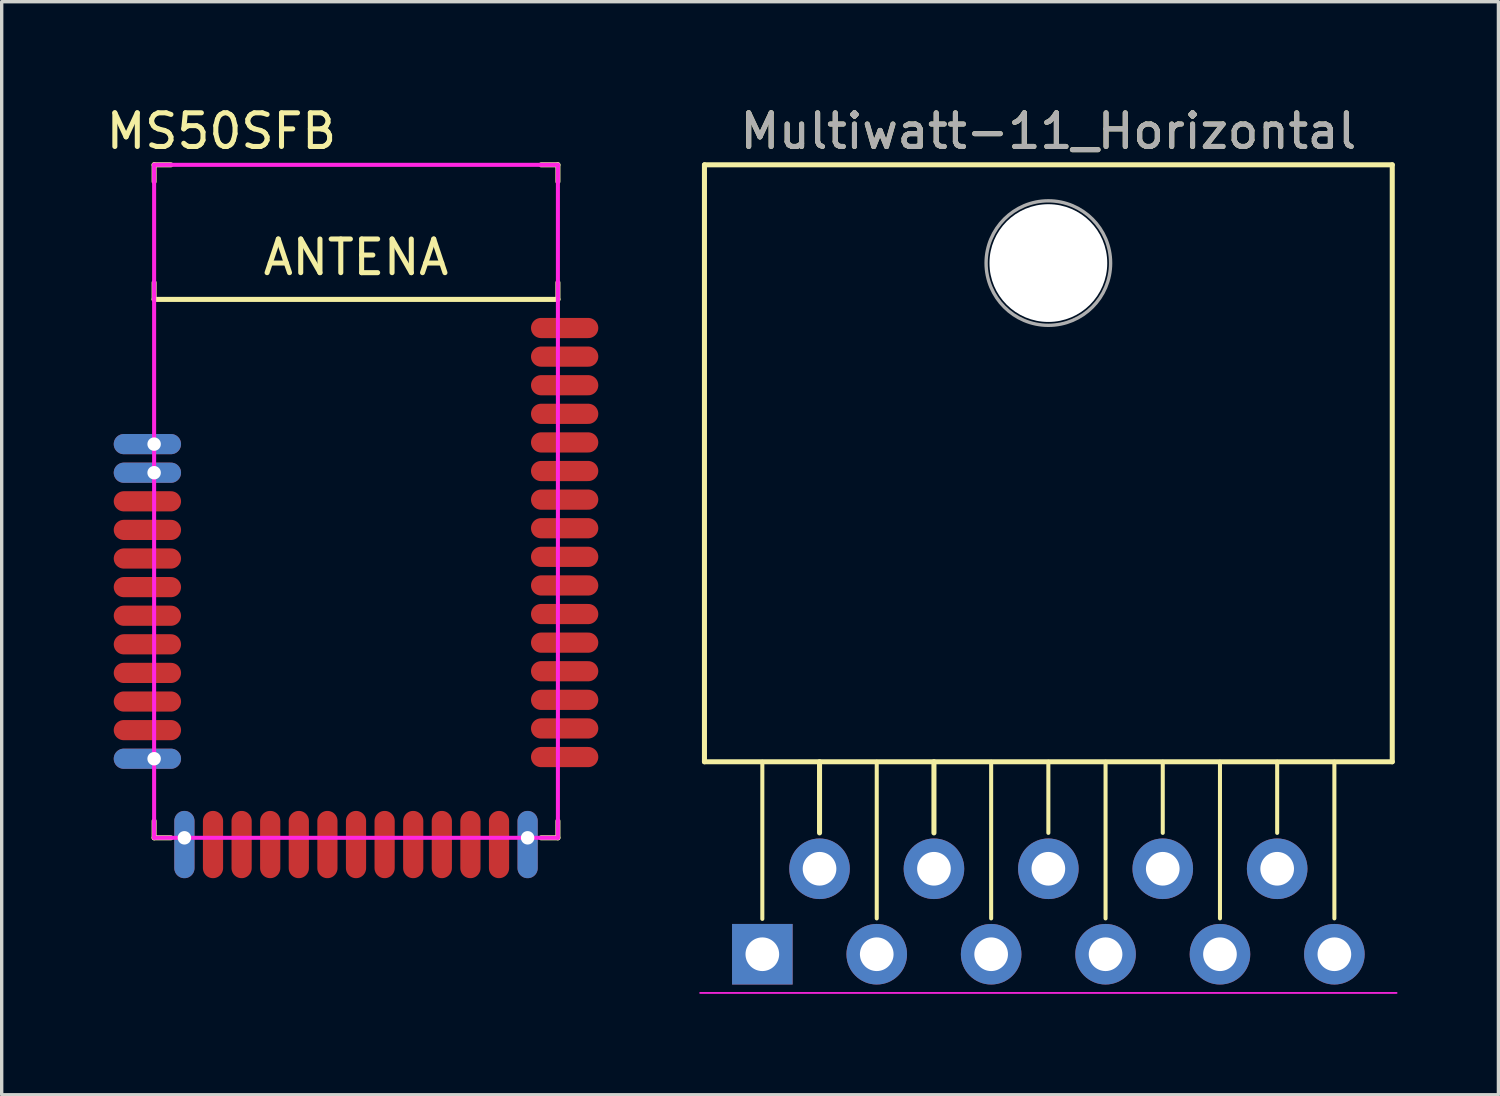
<source format=kicad_pcb>
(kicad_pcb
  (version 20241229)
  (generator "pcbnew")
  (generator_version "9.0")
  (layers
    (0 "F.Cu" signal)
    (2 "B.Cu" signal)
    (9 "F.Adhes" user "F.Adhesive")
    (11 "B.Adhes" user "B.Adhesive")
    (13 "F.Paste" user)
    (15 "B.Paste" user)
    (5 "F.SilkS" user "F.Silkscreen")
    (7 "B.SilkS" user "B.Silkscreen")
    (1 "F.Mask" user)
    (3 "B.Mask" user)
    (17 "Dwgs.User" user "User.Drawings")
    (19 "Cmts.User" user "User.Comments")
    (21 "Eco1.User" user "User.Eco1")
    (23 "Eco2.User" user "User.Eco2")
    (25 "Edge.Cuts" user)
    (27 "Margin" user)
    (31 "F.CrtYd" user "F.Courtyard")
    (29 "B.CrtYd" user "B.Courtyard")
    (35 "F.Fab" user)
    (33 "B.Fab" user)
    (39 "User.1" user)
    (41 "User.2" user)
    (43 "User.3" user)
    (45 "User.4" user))
  (footprint "MS50SFB"
    (layer "F.Cu")
    (at 7.53 11.848)
    (property "Reference" "MS50SFB" (at -4 -11 0) (layer "F.SilkS") (effects (font (size 1 1) (thickness 0.15))))
    (attr through_hole)
    (fp_line (start -6 -10) (end -5.5 -10) (stroke (width 0.15) (type solid)) (layer "F.SilkS"))
    (fp_line (start -6 -9.5) (end -6 -10) (stroke (width 0.15) (type solid)) (layer "F.SilkS"))
    (fp_line (start -6 -6.5) (end -6 -6) (stroke (width 0.15) (type solid)) (layer "F.SilkS"))
    (fp_line (start -6 -6) (end 6 -6) (stroke (width 0.15) (type solid)) (layer "F.SilkS"))
    (fp_line (start -6 9.5) (end -6 10) (stroke (width 0.15) (type solid)) (layer "F.SilkS"))
    (fp_line (start -6 10) (end -5.5 10) (stroke (width 0.15) (type solid)) (layer "F.SilkS"))
    (fp_line (start 5.5 -10) (end 6 -10) (stroke (width 0.15) (type solid)) (layer "F.SilkS"))
    (fp_line (start 5.5 10) (end 6 10) (stroke (width 0.15) (type solid)) (layer "F.SilkS"))
    (fp_line (start 6 -10) (end 6 -9.5) (stroke (width 0.15) (type solid)) (layer "F.SilkS"))
    (fp_line (start 6 -6) (end 6 -6.5) (stroke (width 0.15) (type solid)) (layer "F.SilkS"))
    (fp_line (start 6 10) (end 6 9.5) (stroke (width 0.15) (type solid)) (layer "F.SilkS"))
    (fp_line (start -6 -10) (end 6 -10) (stroke (width 0.12) (type solid)) (layer "F.CrtYd"))
    (fp_line (start -6 10) (end -6 -10) (stroke (width 0.12) (type solid)) (layer "F.CrtYd"))
    (fp_line (start 6 -10) (end 6 10) (stroke (width 0.12) (type solid)) (layer "F.CrtYd"))
    (fp_line (start 6 10) (end -6 10) (stroke (width 0.12) (type solid)) (layer "F.CrtYd"))
    (fp_text user "ANTENA" (at 0 -7.25 0) (layer "F.SilkS") (effects (font (size 1 1) (thickness 0.15))))
    (pad "1" thru_hole oval (at -6 -1.7) (size 2 0.6) (drill 0.4 (offset -0.2 0)) (layers "*.Cu" "*.Mask"))
    (pad "2" thru_hole oval (at -6 -0.85) (size 2 0.6) (drill 0.4 (offset -0.2 0)) (layers "*.Cu" "*.Mask"))
    (pad "3" smd oval (at -6 0) (size 2 0.6) (drill (offset -0.2 0)) (layers "F.Cu" "F.Mask" "F.Paste"))
    (pad "4" smd oval (at -6 0.85) (size 2 0.6) (drill (offset -0.2 0)) (layers "F.Cu" "F.Mask" "F.Paste"))
    (pad "5" smd oval (at -6 1.7) (size 2 0.6) (drill (offset -0.2 0)) (layers "F.Cu" "F.Mask" "F.Paste"))
    (pad "6" smd oval (at -6 2.55) (size 2 0.6) (drill (offset -0.2 0)) (layers "F.Cu" "F.Mask" "F.Paste"))
    (pad "7" smd oval (at -6 3.4) (size 2 0.6) (drill (offset -0.2 0)) (layers "F.Cu" "F.Mask" "F.Paste"))
    (pad "8" smd oval (at -6 4.25) (size 2 0.6) (drill (offset -0.2 0)) (layers "F.Cu" "F.Mask" "F.Paste"))
    (pad "9" smd oval (at -6 5.1) (size 2 0.6) (drill (offset -0.2 0)) (layers "F.Cu" "F.Mask" "F.Paste"))
    (pad "10" smd oval (at -6 5.95) (size 2 0.6) (drill (offset -0.2 0)) (layers "F.Cu" "F.Mask" "F.Paste"))
    (pad "11" smd oval (at -6 6.8) (size 2 0.6) (drill (offset -0.2 0)) (layers "F.Cu" "F.Mask" "F.Paste"))
    (pad "12" thru_hole oval (at -6 7.65) (size 2 0.6) (drill 0.4 (offset -0.2 0)) (layers "*.Cu" "*.Mask"))
    (pad "13" thru_hole oval (at -5.1 10 90) (size 2 0.6) (drill 0.4 (offset -0.2 0)) (layers "*.Cu" "*.Mask"))
    (pad "14" smd oval (at -4.25 10 90) (size 2 0.6) (drill (offset -0.2 0)) (layers "F.Cu" "F.Mask" "F.Paste"))
    (pad "15" smd oval (at -3.4 10 90) (size 2 0.6) (drill (offset -0.2 0)) (layers "F.Cu" "F.Mask" "F.Paste"))
    (pad "16" smd oval (at -2.55 10 90) (size 2 0.6) (drill (offset -0.2 0)) (layers "F.Cu" "F.Mask" "F.Paste"))
    (pad "17" smd oval (at -1.7 10 90) (size 2 0.6) (drill (offset -0.2 0)) (layers "F.Cu" "F.Mask" "F.Paste"))
    (pad "18" smd oval (at -0.85 10 90) (size 2 0.6) (drill (offset -0.2 0)) (layers "F.Cu" "F.Mask" "F.Paste"))
    (pad "19" smd oval (at 0 10 90) (size 2 0.6) (drill (offset -0.2 0)) (layers "F.Cu" "F.Mask" "F.Paste"))
    (pad "20" smd oval (at 0.85 10 90) (size 2 0.6) (drill (offset -0.2 0)) (layers "F.Cu" "F.Mask" "F.Paste"))
    (pad "21" smd oval (at 1.7 10 90) (size 2 0.6) (drill (offset -0.2 0)) (layers "F.Cu" "F.Mask" "F.Paste"))
    (pad "22" smd oval (at 2.55 10 90) (size 2 0.6) (drill (offset -0.2 0)) (layers "F.Cu" "F.Mask" "F.Paste"))
    (pad "23" smd oval (at 3.4 10 90) (size 2 0.6) (drill (offset -0.2 0)) (layers "F.Cu" "F.Mask" "F.Paste"))
    (pad "24" smd oval (at 4.25 10 90) (size 2 0.6) (drill (offset -0.2 0)) (layers "F.Cu" "F.Mask" "F.Paste"))
    (pad "25" thru_hole oval (at 5.1 10 90) (size 2 0.6) (drill 0.4 (offset -0.2 0)) (layers "*.Cu" "*.Mask"))
    (pad "26" smd oval (at 6 7.6) (size 2 0.6) (drill (offset 0.2 0)) (layers "F.Cu" "F.Mask" "F.Paste"))
    (pad "27" smd oval (at 6 6.75) (size 2 0.6) (drill (offset 0.2 0)) (layers "F.Cu" "F.Mask" "F.Paste"))
    (pad "28" smd oval (at 6 5.9) (size 2 0.6) (drill (offset 0.2 0)) (layers "F.Cu" "F.Mask" "F.Paste"))
    (pad "29" smd oval (at 6 5.05) (size 2 0.6) (drill (offset 0.2 0)) (layers "F.Cu" "F.Mask" "F.Paste"))
    (pad "30" smd oval (at 6 4.2) (size 2 0.6) (drill (offset 0.2 0)) (layers "F.Cu" "F.Mask" "F.Paste"))
    (pad "31" smd oval (at 6 3.35) (size 2 0.6) (drill (offset 0.2 0)) (layers "F.Cu" "F.Mask" "F.Paste"))
    (pad "32" smd oval (at 6 2.5) (size 2 0.6) (drill (offset 0.2 0)) (layers "F.Cu" "F.Mask" "F.Paste"))
    (pad "33" smd oval (at 6 1.65) (size 2 0.6) (drill (offset 0.2 0)) (layers "F.Cu" "F.Mask" "F.Paste"))
    (pad "34" smd oval (at 6 0.8) (size 2 0.6) (drill (offset 0.2 0)) (layers "F.Cu" "F.Mask" "F.Paste"))
    (pad "35" smd oval (at 6 -0.05) (size 2 0.6) (drill (offset 0.2 0)) (layers "F.Cu" "F.Mask" "F.Paste"))
    (pad "36" smd oval (at 6 -0.9) (size 2 0.6) (drill (offset 0.2 0)) (layers "F.Cu" "F.Mask" "F.Paste"))
    (pad "37" smd oval (at 6 -1.75) (size 2 0.6) (drill (offset 0.2 0)) (layers "F.Cu" "F.Mask" "F.Paste"))
    (pad "38" smd oval (at 6 -2.6) (size 2 0.6) (drill (offset 0.2 0)) (layers "F.Cu" "F.Mask" "F.Paste"))
    (pad "39" smd oval (at 6 -3.45) (size 2 0.6) (drill (offset 0.2 0)) (layers "F.Cu" "F.Mask" "F.Paste"))
    (pad "40" smd oval (at 6 -4.3) (size 2 0.6) (drill (offset 0.2 0)) (layers "F.Cu" "F.Mask" "F.Paste"))
    (pad "41" smd oval (at 6 -5.15) (size 2 0.6) (drill (offset 0.2 0)) (layers "F.Cu" "F.Mask" "F.Paste")))
  (footprint "Multiwatt-11_Horizontal"
    (layer "F.Cu")
    (at 19.605 25.308)
    (property "Reference" "Multiwatt-11_Horizontal" (at 8.5 -24.46 0) (layer "F.SilkS") (effects (font (size 1 1) (thickness 0.15))))
    (attr through_hole)
    (fp_line (start -1.72 -23.46) (end -1.72 -5.72) (stroke (width 0.15) (type solid)) (layer "F.SilkS"))
    (fp_line (start -1.72 -23.46) (end 18.72 -23.46) (stroke (width 0.15) (type solid)) (layer "F.SilkS"))
    (fp_line (start -1.72 -5.72) (end 18.72 -5.72) (stroke (width 0.15) (type solid)) (layer "F.SilkS"))
    (fp_line (start 0 -5.72) (end 0 -1.05) (stroke (width 0.12) (type solid)) (layer "F.SilkS"))
    (fp_line (start 1.7 -5.72) (end 1.7 -3.606) (stroke (width 0.15) (type solid)) (layer "F.SilkS"))
    (fp_line (start 3.4 -5.72) (end 3.4 -1.065) (stroke (width 0.12) (type solid)) (layer "F.SilkS"))
    (fp_line (start 5.1 -5.72) (end 5.1 -3.606) (stroke (width 0.15) (type solid)) (layer "F.SilkS"))
    (fp_line (start 6.8 -5.72) (end 6.8 -1.065) (stroke (width 0.12) (type solid)) (layer "F.SilkS"))
    (fp_line (start 8.5 -5.72) (end 8.5 -3.606) (stroke (width 0.12) (type solid)) (layer "F.SilkS"))
    (fp_line (start 10.2 -5.72) (end 10.2 -1.065) (stroke (width 0.12) (type solid)) (layer "F.SilkS"))
    (fp_line (start 11.9 -5.72) (end 11.9 -3.606) (stroke (width 0.12) (type solid)) (layer "F.SilkS"))
    (fp_line (start 13.6 -5.72) (end 13.6 -1.065) (stroke (width 0.12) (type solid)) (layer "F.SilkS"))
    (fp_line (start 15.3 -5.72) (end 15.3 -3.606) (stroke (width 0.12) (type solid)) (layer "F.SilkS"))
    (fp_line (start 17 -5.72) (end 17 -1.065) (stroke (width 0.12) (type solid)) (layer "F.SilkS"))
    (fp_line (start 18.72 -23.46) (end 18.72 -5.72) (stroke (width 0.15) (type solid)) (layer "F.SilkS"))
    (fp_line (start -1.85 1.15) (end 18.85 1.15) (stroke (width 0.05) (type solid)) (layer "F.CrtYd"))
    (fp_circle (center 8.5 -20.54) (end 10.35 -20.54) (stroke (width 0.1) (type solid)) (fill no) (layer "F.Fab"))
    (fp_text user "${REFERENCE}" (at 8.5 -24.46 0) (layer "F.Fab") (effects (font (size 1 1) (thickness 0.15))))
    (pad "" np_thru_hole oval (at 8.5 -20.54) (size 3.5 3.5) (drill 3.5) (layers "*.Cu" "*.Mask"))
    (pad "1" thru_hole rect (at 0 0) (size 1.8 1.8) (drill 1) (layers "*.Cu" "*.Mask"))
    (pad "2" thru_hole oval (at 1.7 -2.54) (size 1.8 1.8) (drill 1) (layers "*.Cu" "*.Mask"))
    (pad "3" thru_hole oval (at 3.4 0) (size 1.8 1.8) (drill 1) (layers "*.Cu" "*.Mask"))
    (pad "4" thru_hole oval (at 5.1 -2.54) (size 1.8 1.8) (drill 1) (layers "*.Cu" "*.Mask"))
    (pad "5" thru_hole oval (at 6.8 0) (size 1.8 1.8) (drill 1) (layers "*.Cu" "*.Mask"))
    (pad "6" thru_hole oval (at 8.5 -2.54) (size 1.8 1.8) (drill 1) (layers "*.Cu" "*.Mask"))
    (pad "7" thru_hole oval (at 10.2 0) (size 1.8 1.8) (drill 1) (layers "*.Cu" "*.Mask"))
    (pad "8" thru_hole oval (at 11.9 -2.54) (size 1.8 1.8) (drill 1) (layers "*.Cu" "*.Mask"))
    (pad "9" thru_hole oval (at 13.6 0) (size 1.8 1.8) (drill 1) (layers "*.Cu" "*.Mask"))
    (pad "10" thru_hole oval (at 15.3 -2.54) (size 1.8 1.8) (drill 1) (layers "*.Cu" "*.Mask"))
    (pad "11" thru_hole oval (at 17 0) (size 1.8 1.8) (drill 1) (layers "*.Cu" "*.Mask")))
  (gr_rect
    (start -3 -3)
    (end 41.48 29.483)
    (stroke (width 0.1) (type default))
    (fill no)
    (layer "Edge.Cuts")))
</source>
